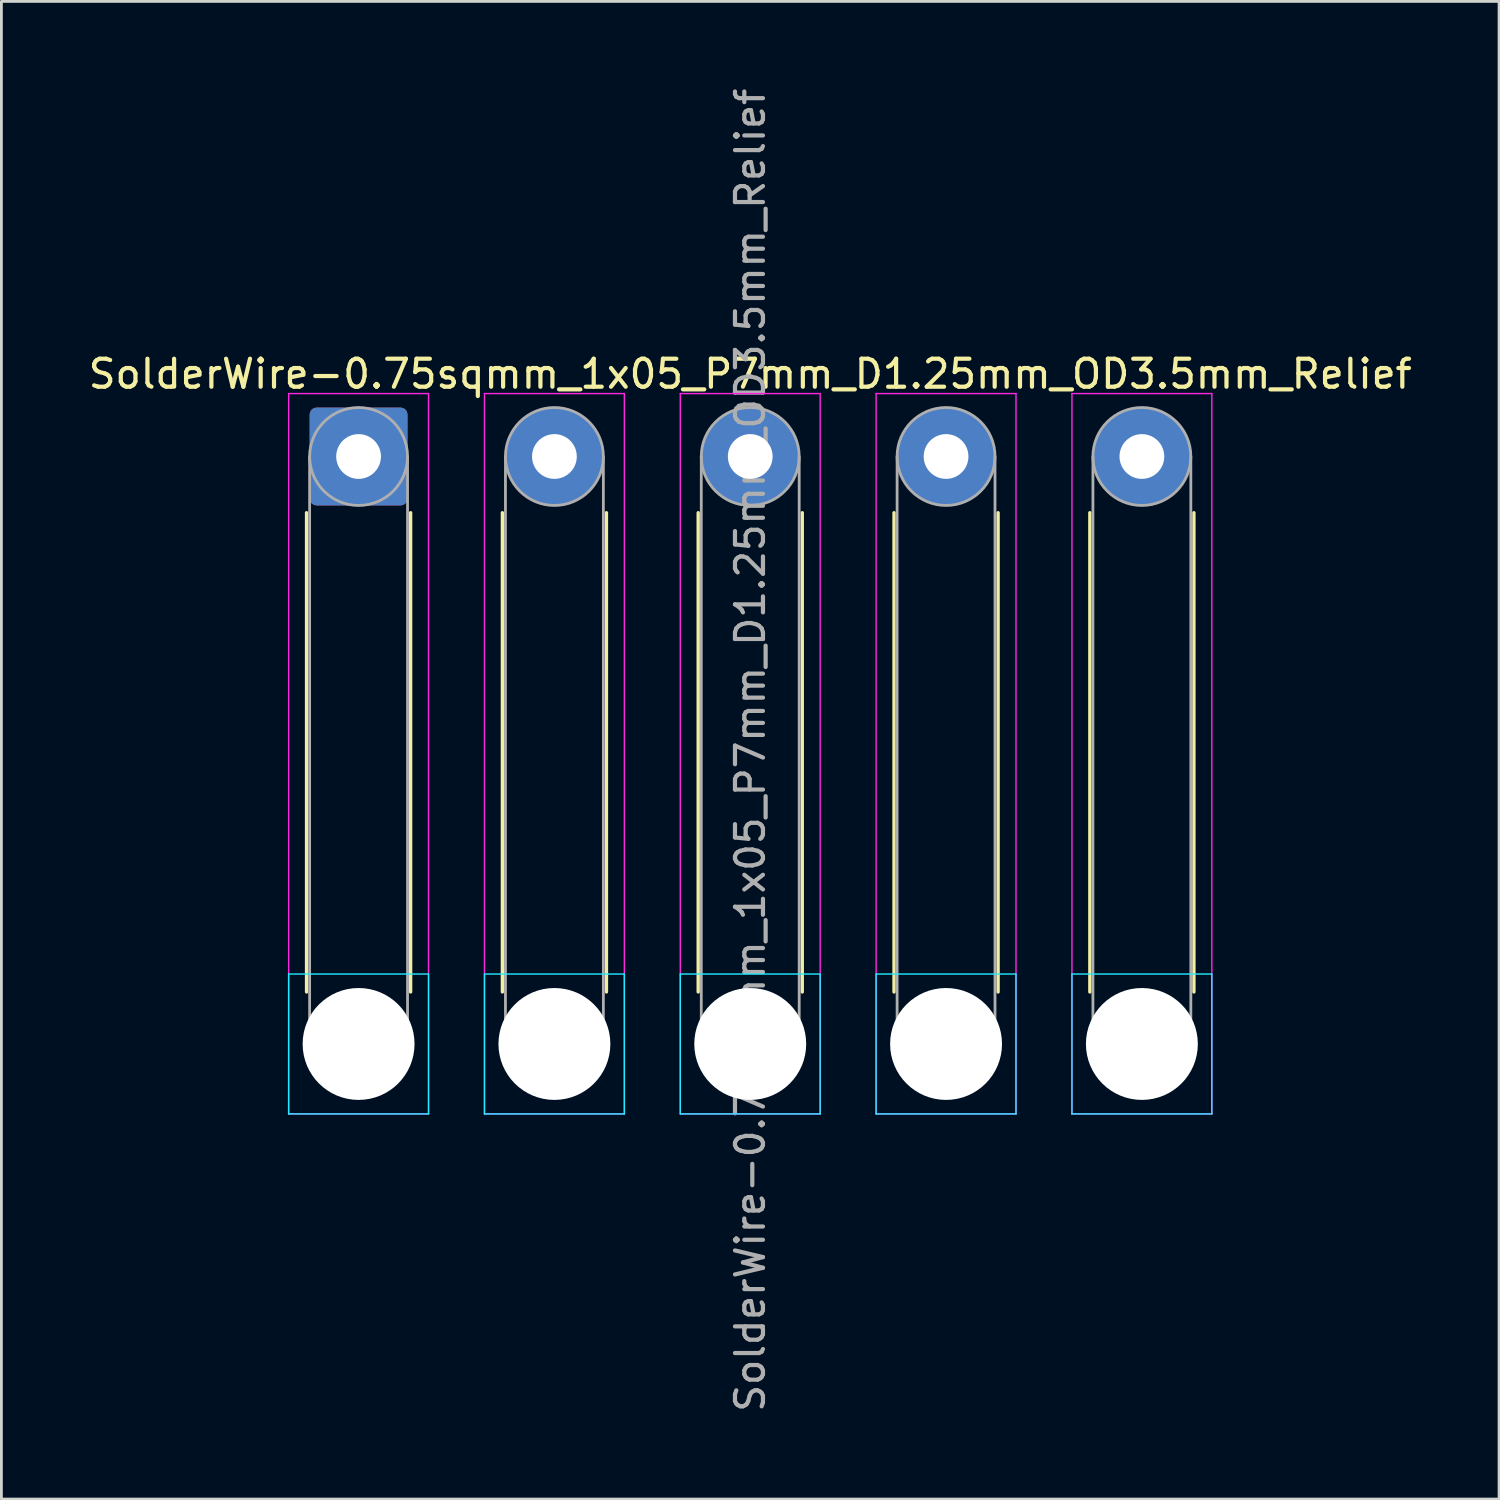
<source format=kicad_pcb>
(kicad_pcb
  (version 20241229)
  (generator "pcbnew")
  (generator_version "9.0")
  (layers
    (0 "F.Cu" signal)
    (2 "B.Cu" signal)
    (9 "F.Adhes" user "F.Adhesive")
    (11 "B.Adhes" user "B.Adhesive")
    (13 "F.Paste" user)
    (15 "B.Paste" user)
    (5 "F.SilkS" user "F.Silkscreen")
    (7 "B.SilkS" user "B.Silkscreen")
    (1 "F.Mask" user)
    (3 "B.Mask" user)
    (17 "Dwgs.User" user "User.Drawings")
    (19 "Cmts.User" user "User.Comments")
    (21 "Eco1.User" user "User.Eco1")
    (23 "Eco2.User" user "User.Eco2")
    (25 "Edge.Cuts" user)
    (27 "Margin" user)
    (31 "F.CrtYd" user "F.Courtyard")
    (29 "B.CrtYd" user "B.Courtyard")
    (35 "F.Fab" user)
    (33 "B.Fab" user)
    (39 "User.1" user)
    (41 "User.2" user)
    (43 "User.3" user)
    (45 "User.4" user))
  (footprint "SolderWire-0.75sqmm_1x05_P7mm_D1.25mm_OD3.5mm_Relief"
    (layer "F.Cu")
    (at 9.768 13.268)
    (property "Reference" "SolderWire-0.75sqmm_1x05_P7mm_D1.25mm_OD3.5mm_Relief" (at 14 -2.95 0) (layer "F.SilkS") (effects (font (size 1 1) (thickness 0.15))))
    (attr exclude_from_pos_files exclude_from_bom)
    (fp_line (start -1.86 2.01) (end -1.86 19.14) (stroke (width 0.12) (type solid)) (layer "F.SilkS"))
    (fp_line (start 1.86 2.01) (end 1.86 19.14) (stroke (width 0.12) (type solid)) (layer "F.SilkS"))
    (fp_line (start 5.14 2.01) (end 5.14 19.14) (stroke (width 0.12) (type solid)) (layer "F.SilkS"))
    (fp_line (start 8.86 2.01) (end 8.86 19.14) (stroke (width 0.12) (type solid)) (layer "F.SilkS"))
    (fp_line (start 12.14 2.01) (end 12.14 19.14) (stroke (width 0.12) (type solid)) (layer "F.SilkS"))
    (fp_line (start 15.86 2.01) (end 15.86 19.14) (stroke (width 0.12) (type solid)) (layer "F.SilkS"))
    (fp_line (start 19.14 2.01) (end 19.14 19.14) (stroke (width 0.12) (type solid)) (layer "F.SilkS"))
    (fp_line (start 22.86 2.01) (end 22.86 19.14) (stroke (width 0.12) (type solid)) (layer "F.SilkS"))
    (fp_line (start 26.14 2.01) (end 26.14 19.14) (stroke (width 0.12) (type solid)) (layer "F.SilkS"))
    (fp_line (start 29.86 2.01) (end 29.86 19.14) (stroke (width 0.12) (type solid)) (layer "F.SilkS"))
    (fp_line (start -2.5 18.5) (end -2.5 23.5) (stroke (width 0.05) (type solid)) (layer "B.CrtYd"))
    (fp_line (start -2.5 23.5) (end 2.5 23.5) (stroke (width 0.05) (type solid)) (layer "B.CrtYd"))
    (fp_line (start 2.5 18.5) (end -2.5 18.5) (stroke (width 0.05) (type solid)) (layer "B.CrtYd"))
    (fp_line (start 2.5 23.5) (end 2.5 18.5) (stroke (width 0.05) (type solid)) (layer "B.CrtYd"))
    (fp_line (start 4.5 18.5) (end 4.5 23.5) (stroke (width 0.05) (type solid)) (layer "B.CrtYd"))
    (fp_line (start 4.5 23.5) (end 9.5 23.5) (stroke (width 0.05) (type solid)) (layer "B.CrtYd"))
    (fp_line (start 9.5 18.5) (end 4.5 18.5) (stroke (width 0.05) (type solid)) (layer "B.CrtYd"))
    (fp_line (start 9.5 23.5) (end 9.5 18.5) (stroke (width 0.05) (type solid)) (layer "B.CrtYd"))
    (fp_line (start 11.5 18.5) (end 11.5 23.5) (stroke (width 0.05) (type solid)) (layer "B.CrtYd"))
    (fp_line (start 11.5 23.5) (end 16.5 23.5) (stroke (width 0.05) (type solid)) (layer "B.CrtYd"))
    (fp_line (start 16.5 18.5) (end 11.5 18.5) (stroke (width 0.05) (type solid)) (layer "B.CrtYd"))
    (fp_line (start 16.5 23.5) (end 16.5 18.5) (stroke (width 0.05) (type solid)) (layer "B.CrtYd"))
    (fp_line (start 18.5 18.5) (end 18.5 23.5) (stroke (width 0.05) (type solid)) (layer "B.CrtYd"))
    (fp_line (start 18.5 23.5) (end 23.5 23.5) (stroke (width 0.05) (type solid)) (layer "B.CrtYd"))
    (fp_line (start 23.5 18.5) (end 18.5 18.5) (stroke (width 0.05) (type solid)) (layer "B.CrtYd"))
    (fp_line (start 23.5 23.5) (end 23.5 18.5) (stroke (width 0.05) (type solid)) (layer "B.CrtYd"))
    (fp_line (start 25.5 18.5) (end 25.5 23.5) (stroke (width 0.05) (type solid)) (layer "B.CrtYd"))
    (fp_line (start 25.5 23.5) (end 30.5 23.5) (stroke (width 0.05) (type solid)) (layer "B.CrtYd"))
    (fp_line (start 30.5 18.5) (end 25.5 18.5) (stroke (width 0.05) (type solid)) (layer "B.CrtYd"))
    (fp_line (start 30.5 23.5) (end 30.5 18.5) (stroke (width 0.05) (type solid)) (layer "B.CrtYd"))
    (fp_line (start -2.5 -2.25) (end -2.5 23.5) (stroke (width 0.05) (type solid)) (layer "F.CrtYd"))
    (fp_line (start -2.5 23.5) (end 2.5 23.5) (stroke (width 0.05) (type solid)) (layer "F.CrtYd"))
    (fp_line (start 2.5 -2.25) (end -2.5 -2.25) (stroke (width 0.05) (type solid)) (layer "F.CrtYd"))
    (fp_line (start 2.5 23.5) (end 2.5 -2.25) (stroke (width 0.05) (type solid)) (layer "F.CrtYd"))
    (fp_line (start 4.5 -2.25) (end 4.5 23.5) (stroke (width 0.05) (type solid)) (layer "F.CrtYd"))
    (fp_line (start 4.5 23.5) (end 9.5 23.5) (stroke (width 0.05) (type solid)) (layer "F.CrtYd"))
    (fp_line (start 9.5 -2.25) (end 4.5 -2.25) (stroke (width 0.05) (type solid)) (layer "F.CrtYd"))
    (fp_line (start 9.5 23.5) (end 9.5 -2.25) (stroke (width 0.05) (type solid)) (layer "F.CrtYd"))
    (fp_line (start 11.5 -2.25) (end 11.5 23.5) (stroke (width 0.05) (type solid)) (layer "F.CrtYd"))
    (fp_line (start 11.5 23.5) (end 16.5 23.5) (stroke (width 0.05) (type solid)) (layer "F.CrtYd"))
    (fp_line (start 16.5 -2.25) (end 11.5 -2.25) (stroke (width 0.05) (type solid)) (layer "F.CrtYd"))
    (fp_line (start 16.5 23.5) (end 16.5 -2.25) (stroke (width 0.05) (type solid)) (layer "F.CrtYd"))
    (fp_line (start 18.5 -2.25) (end 18.5 23.5) (stroke (width 0.05) (type solid)) (layer "F.CrtYd"))
    (fp_line (start 18.5 23.5) (end 23.5 23.5) (stroke (width 0.05) (type solid)) (layer "F.CrtYd"))
    (fp_line (start 23.5 -2.25) (end 18.5 -2.25) (stroke (width 0.05) (type solid)) (layer "F.CrtYd"))
    (fp_line (start 23.5 23.5) (end 23.5 -2.25) (stroke (width 0.05) (type solid)) (layer "F.CrtYd"))
    (fp_line (start 25.5 -2.25) (end 25.5 23.5) (stroke (width 0.05) (type solid)) (layer "F.CrtYd"))
    (fp_line (start 25.5 23.5) (end 30.5 23.5) (stroke (width 0.05) (type solid)) (layer "F.CrtYd"))
    (fp_line (start 30.5 -2.25) (end 25.5 -2.25) (stroke (width 0.05) (type solid)) (layer "F.CrtYd"))
    (fp_line (start 30.5 23.5) (end 30.5 -2.25) (stroke (width 0.05) (type solid)) (layer "F.CrtYd"))
    (fp_line (start -1.75 0) (end -1.75 21) (stroke (width 0.1) (type solid)) (layer "F.Fab"))
    (fp_line (start 1.75 0) (end 1.75 21) (stroke (width 0.1) (type solid)) (layer "F.Fab"))
    (fp_line (start 5.25 0) (end 5.25 21) (stroke (width 0.1) (type solid)) (layer "F.Fab"))
    (fp_line (start 8.75 0) (end 8.75 21) (stroke (width 0.1) (type solid)) (layer "F.Fab"))
    (fp_line (start 12.25 0) (end 12.25 21) (stroke (width 0.1) (type solid)) (layer "F.Fab"))
    (fp_line (start 15.75 0) (end 15.75 21) (stroke (width 0.1) (type solid)) (layer "F.Fab"))
    (fp_line (start 19.25 0) (end 19.25 21) (stroke (width 0.1) (type solid)) (layer "F.Fab"))
    (fp_line (start 22.75 0) (end 22.75 21) (stroke (width 0.1) (type solid)) (layer "F.Fab"))
    (fp_line (start 26.25 0) (end 26.25 21) (stroke (width 0.1) (type solid)) (layer "F.Fab"))
    (fp_line (start 29.75 0) (end 29.75 21) (stroke (width 0.1) (type solid)) (layer "F.Fab"))
    (fp_circle (center 0 0) (end 1.75 0) (stroke (width 0.1) (type solid)) (fill no) (layer "F.Fab"))
    (fp_circle (center 0 21) (end 1.75 21) (stroke (width 0.1) (type solid)) (fill no) (layer "F.Fab"))
    (fp_circle (center 7 0) (end 8.75 0) (stroke (width 0.1) (type solid)) (fill no) (layer "F.Fab"))
    (fp_circle (center 7 21) (end 8.75 21) (stroke (width 0.1) (type solid)) (fill no) (layer "F.Fab"))
    (fp_circle (center 14 0) (end 15.75 0) (stroke (width 0.1) (type solid)) (fill no) (layer "F.Fab"))
    (fp_circle (center 14 21) (end 15.75 21) (stroke (width 0.1) (type solid)) (fill no) (layer "F.Fab"))
    (fp_circle (center 21 0) (end 22.75 0) (stroke (width 0.1) (type solid)) (fill no) (layer "F.Fab"))
    (fp_circle (center 21 21) (end 22.75 21) (stroke (width 0.1) (type solid)) (fill no) (layer "F.Fab"))
    (fp_circle (center 28 0) (end 29.75 0) (stroke (width 0.1) (type solid)) (fill no) (layer "F.Fab"))
    (fp_circle (center 28 21) (end 29.75 21) (stroke (width 0.1) (type solid)) (fill no) (layer "F.Fab"))
    (fp_text user "${REFERENCE}" (at 14 10.5 90) (layer "F.Fab") (effects (font (size 1 1) (thickness 0.15))))
    (pad "" np_thru_hole circle (at 0 21) (size 4 4) (drill 4) (layers "*.Cu" "*.Mask"))
    (pad "" np_thru_hole circle (at 7 21) (size 4 4) (drill 4) (layers "*.Cu" "*.Mask"))
    (pad "" np_thru_hole circle (at 14 21) (size 4 4) (drill 4) (layers "*.Cu" "*.Mask"))
    (pad "" np_thru_hole circle (at 21 21) (size 4 4) (drill 4) (layers "*.Cu" "*.Mask"))
    (pad "" np_thru_hole circle (at 28 21) (size 4 4) (drill 4) (layers "*.Cu" "*.Mask"))
    (pad "1" thru_hole roundrect (at 0 0) (size 3.5 3.5) (drill 1.6) (layers "*.Cu" "*.Mask") (roundrect_rratio 0.071))
    (pad "2" thru_hole circle (at 7 0) (size 3.5 3.5) (drill 1.6) (layers "*.Cu" "*.Mask"))
    (pad "3" thru_hole circle (at 14 0) (size 3.5 3.5) (drill 1.6) (layers "*.Cu" "*.Mask"))
    (pad "4" thru_hole circle (at 21 0) (size 3.5 3.5) (drill 1.6) (layers "*.Cu" "*.Mask"))
    (pad "5" thru_hole circle (at 28 0) (size 3.5 3.5) (drill 1.6) (layers "*.Cu" "*.Mask")))
  (gr_rect
    (start -3 -3)
    (end 50.536 50.536)
    (stroke (width 0.1) (type default))
    (fill no)
    (layer "Edge.Cuts")))
</source>
